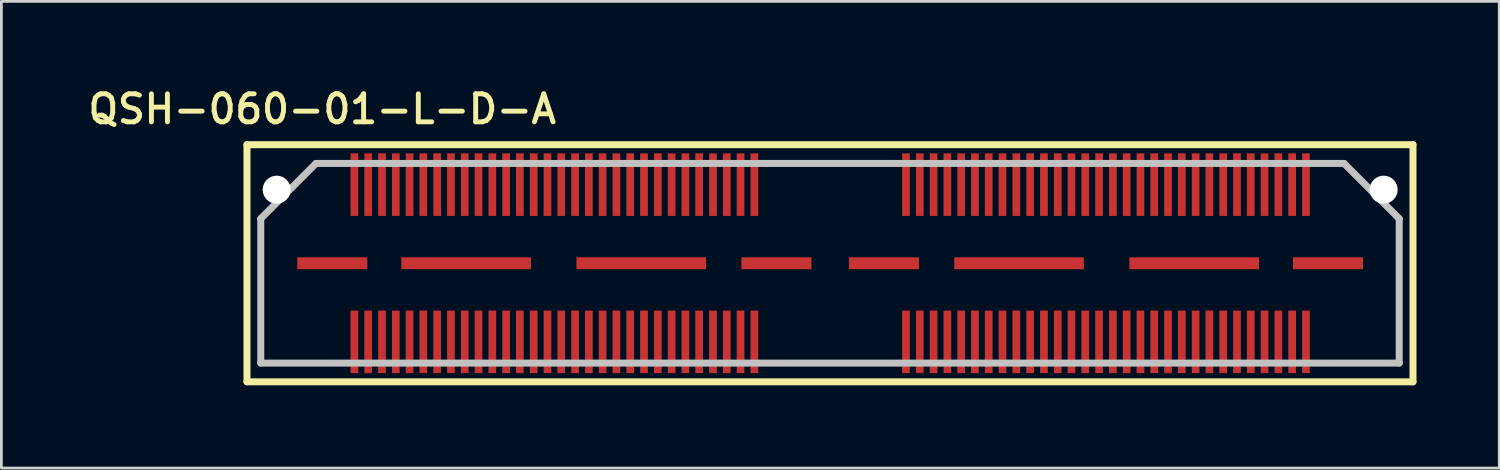
<source format=kicad_pcb>
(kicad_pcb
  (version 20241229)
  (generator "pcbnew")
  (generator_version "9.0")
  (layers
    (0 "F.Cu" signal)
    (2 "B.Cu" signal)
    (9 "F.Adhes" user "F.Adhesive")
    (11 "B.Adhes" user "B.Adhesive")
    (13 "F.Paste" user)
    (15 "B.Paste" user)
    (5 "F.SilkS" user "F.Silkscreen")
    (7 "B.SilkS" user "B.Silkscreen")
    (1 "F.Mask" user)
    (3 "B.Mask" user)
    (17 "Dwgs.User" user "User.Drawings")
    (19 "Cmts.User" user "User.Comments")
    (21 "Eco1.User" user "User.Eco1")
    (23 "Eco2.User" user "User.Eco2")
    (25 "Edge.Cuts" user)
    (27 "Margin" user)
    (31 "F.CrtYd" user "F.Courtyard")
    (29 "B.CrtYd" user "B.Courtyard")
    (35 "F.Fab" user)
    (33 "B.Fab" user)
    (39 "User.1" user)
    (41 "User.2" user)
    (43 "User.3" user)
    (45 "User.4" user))
  (footprint "QSH-060-01-L-D-A"
    (layer "F.Cu")
    (at 27.047 6.494)
    (property "Reference" "QSH-060-01-L-D-A" (at -18.415 -5.588 0) (layer "F.SilkS") (effects (font (size 1.016 1.016) (thickness 0.178))))
    (attr smd)
    (fp_line (start -21.143 -4.298) (end 21.13 -4.298) (stroke (width 0.254) (type solid)) (layer "F.SilkS"))
    (fp_line (start -21.143 4.298) (end -21.143 -4.298) (stroke (width 0.254) (type solid)) (layer "F.SilkS"))
    (fp_line (start 21.13 -4.298) (end 21.13 4.298) (stroke (width 0.254) (type solid)) (layer "F.SilkS"))
    (fp_line (start 21.13 4.298) (end -21.143 4.298) (stroke (width 0.254) (type solid)) (layer "F.SilkS"))
    (fp_line (start -20.643 -1.618) (end -18.641 -3.619) (stroke (width 0.254) (type solid)) (layer "Dwgs.User"))
    (fp_line (start -20.643 3.619) (end -20.643 -1.618) (stroke (width 0.254) (type solid)) (layer "Dwgs.User"))
    (fp_line (start -18.641 -3.619) (end 18.631 -3.619) (stroke (width 0.254) (type solid)) (layer "Dwgs.User"))
    (fp_line (start 18.631 -3.619) (end 20.63 -1.618) (stroke (width 0.254) (type solid)) (layer "Dwgs.User"))
    (fp_line (start 20.63 -1.618) (end 20.63 3.619) (stroke (width 0.254) (type solid)) (layer "Dwgs.User"))
    (fp_line (start 20.63 3.619) (end -20.643 3.619) (stroke (width 0.254) (type solid)) (layer "Dwgs.User"))
    (pad "" np_thru_hole circle (at -20.066 -2.667) (size 1.016 1.016) (drill 1.016) (layers "*.Cu" "*.Mask"))
    (pad "" np_thru_hole circle (at 20.066 -2.667) (size 1.016 1.016) (drill 1.016) (layers "*.Cu" "*.Mask"))
    (pad "1" smd rect (at -17.249 2.85 90) (size 2.268 0.279) (layers "F.Cu" "F.Mask" "F.Paste"))
    (pad "2" smd rect (at -17.249 -2.85 90) (size 2.268 0.279) (layers "F.Cu" "F.Mask" "F.Paste"))
    (pad "3" smd rect (at -16.749 2.85 90) (size 2.268 0.279) (layers "F.Cu" "F.Mask" "F.Paste"))
    (pad "4" smd rect (at -16.749 -2.85 90) (size 2.268 0.279) (layers "F.Cu" "F.Mask" "F.Paste"))
    (pad "5" smd rect (at -16.248 2.85 90) (size 2.268 0.279) (layers "F.Cu" "F.Mask" "F.Paste"))
    (pad "6" smd rect (at -16.248 -2.85 90) (size 2.268 0.279) (layers "F.Cu" "F.Mask" "F.Paste"))
    (pad "7" smd rect (at -15.748 2.85 90) (size 2.268 0.279) (layers "F.Cu" "F.Mask" "F.Paste"))
    (pad "8" smd rect (at -15.748 -2.85 90) (size 2.268 0.279) (layers "F.Cu" "F.Mask" "F.Paste"))
    (pad "9" smd rect (at -15.248 2.85 90) (size 2.268 0.279) (layers "F.Cu" "F.Mask" "F.Paste"))
    (pad "10" smd rect (at -15.248 -2.85 90) (size 2.268 0.279) (layers "F.Cu" "F.Mask" "F.Paste"))
    (pad "11" smd rect (at -14.75 2.85 90) (size 2.268 0.279) (layers "F.Cu" "F.Mask" "F.Paste"))
    (pad "12" smd rect (at -14.75 -2.85 90) (size 2.268 0.279) (layers "F.Cu" "F.Mask" "F.Paste"))
    (pad "13" smd rect (at -14.249 2.85 90) (size 2.268 0.279) (layers "F.Cu" "F.Mask" "F.Paste"))
    (pad "14" smd rect (at -14.249 -2.85 90) (size 2.268 0.279) (layers "F.Cu" "F.Mask" "F.Paste"))
    (pad "15" smd rect (at -13.749 2.85 90) (size 2.268 0.279) (layers "F.Cu" "F.Mask" "F.Paste"))
    (pad "16" smd rect (at -13.749 -2.85 90) (size 2.268 0.279) (layers "F.Cu" "F.Mask" "F.Paste"))
    (pad "17" smd rect (at -13.249 2.85 90) (size 2.268 0.279) (layers "F.Cu" "F.Mask" "F.Paste"))
    (pad "18" smd rect (at -13.249 -2.85 90) (size 2.268 0.279) (layers "F.Cu" "F.Mask" "F.Paste"))
    (pad "19" smd rect (at -12.748 2.85 90) (size 2.268 0.279) (layers "F.Cu" "F.Mask" "F.Paste"))
    (pad "20" smd rect (at -12.748 -2.85 90) (size 2.268 0.279) (layers "F.Cu" "F.Mask" "F.Paste"))
    (pad "21" smd rect (at -12.248 2.85 90) (size 2.268 0.279) (layers "F.Cu" "F.Mask" "F.Paste"))
    (pad "22" smd rect (at -12.248 -2.85 90) (size 2.268 0.279) (layers "F.Cu" "F.Mask" "F.Paste"))
    (pad "23" smd rect (at -11.748 2.85 90) (size 2.268 0.279) (layers "F.Cu" "F.Mask" "F.Paste"))
    (pad "24" smd rect (at -11.748 -2.85 90) (size 2.268 0.279) (layers "F.Cu" "F.Mask" "F.Paste"))
    (pad "25" smd rect (at -11.25 2.85 90) (size 2.268 0.279) (layers "F.Cu" "F.Mask" "F.Paste"))
    (pad "26" smd rect (at -11.25 -2.85 90) (size 2.268 0.279) (layers "F.Cu" "F.Mask" "F.Paste"))
    (pad "27" smd rect (at -10.749 2.85 90) (size 2.268 0.279) (layers "F.Cu" "F.Mask" "F.Paste"))
    (pad "28" smd rect (at -10.749 -2.85 90) (size 2.268 0.279) (layers "F.Cu" "F.Mask" "F.Paste"))
    (pad "29" smd rect (at -10.249 2.85 90) (size 2.268 0.279) (layers "F.Cu" "F.Mask" "F.Paste"))
    (pad "30" smd rect (at -10.249 -2.85 90) (size 2.268 0.279) (layers "F.Cu" "F.Mask" "F.Paste"))
    (pad "31" smd rect (at -9.749 2.85 90) (size 2.268 0.279) (layers "F.Cu" "F.Mask" "F.Paste"))
    (pad "32" smd rect (at -9.749 -2.85 90) (size 2.268 0.279) (layers "F.Cu" "F.Mask" "F.Paste"))
    (pad "33" smd rect (at -9.248 2.85 90) (size 2.268 0.279) (layers "F.Cu" "F.Mask" "F.Paste"))
    (pad "34" smd rect (at -9.248 -2.85 90) (size 2.268 0.279) (layers "F.Cu" "F.Mask" "F.Paste"))
    (pad "35" smd rect (at -8.748 2.85 90) (size 2.268 0.279) (layers "F.Cu" "F.Mask" "F.Paste"))
    (pad "36" smd rect (at -8.748 -2.85 90) (size 2.268 0.279) (layers "F.Cu" "F.Mask" "F.Paste"))
    (pad "37" smd rect (at -8.25 2.85 90) (size 2.268 0.279) (layers "F.Cu" "F.Mask" "F.Paste"))
    (pad "38" smd rect (at -8.25 -2.85 90) (size 2.268 0.279) (layers "F.Cu" "F.Mask" "F.Paste"))
    (pad "39" smd rect (at -7.75 2.85 90) (size 2.268 0.279) (layers "F.Cu" "F.Mask" "F.Paste"))
    (pad "40" smd rect (at -7.75 -2.85 90) (size 2.268 0.279) (layers "F.Cu" "F.Mask" "F.Paste"))
    (pad "41" smd rect (at -7.249 2.85 90) (size 2.268 0.279) (layers "F.Cu" "F.Mask" "F.Paste"))
    (pad "42" smd rect (at -7.249 -2.85 90) (size 2.268 0.279) (layers "F.Cu" "F.Mask" "F.Paste"))
    (pad "43" smd rect (at -6.749 2.85 90) (size 2.268 0.279) (layers "F.Cu" "F.Mask" "F.Paste"))
    (pad "44" smd rect (at -6.749 -2.85 90) (size 2.268 0.279) (layers "F.Cu" "F.Mask" "F.Paste"))
    (pad "45" smd rect (at -6.248 2.85 90) (size 2.268 0.279) (layers "F.Cu" "F.Mask" "F.Paste"))
    (pad "46" smd rect (at -6.248 -2.85 90) (size 2.268 0.279) (layers "F.Cu" "F.Mask" "F.Paste"))
    (pad "47" smd rect (at -5.748 2.85 90) (size 2.268 0.279) (layers "F.Cu" "F.Mask" "F.Paste"))
    (pad "48" smd rect (at -5.748 -2.85 90) (size 2.268 0.279) (layers "F.Cu" "F.Mask" "F.Paste"))
    (pad "49" smd rect (at -5.248 2.85 90) (size 2.268 0.279) (layers "F.Cu" "F.Mask" "F.Paste"))
    (pad "50" smd rect (at -5.248 -2.85 90) (size 2.268 0.279) (layers "F.Cu" "F.Mask" "F.Paste"))
    (pad "51" smd rect (at -4.75 2.85 90) (size 2.268 0.279) (layers "F.Cu" "F.Mask" "F.Paste"))
    (pad "52" smd rect (at -4.75 -2.85 90) (size 2.268 0.279) (layers "F.Cu" "F.Mask" "F.Paste"))
    (pad "53" smd rect (at -4.249 2.85 90) (size 2.268 0.279) (layers "F.Cu" "F.Mask" "F.Paste"))
    (pad "54" smd rect (at -4.249 -2.85 90) (size 2.268 0.279) (layers "F.Cu" "F.Mask" "F.Paste"))
    (pad "55" smd rect (at -3.749 2.85 90) (size 2.268 0.279) (layers "F.Cu" "F.Mask" "F.Paste"))
    (pad "56" smd rect (at -3.749 -2.85 90) (size 2.268 0.279) (layers "F.Cu" "F.Mask" "F.Paste"))
    (pad "57" smd rect (at -3.249 2.85 90) (size 2.268 0.279) (layers "F.Cu" "F.Mask" "F.Paste"))
    (pad "58" smd rect (at -3.249 -2.85 90) (size 2.268 0.279) (layers "F.Cu" "F.Mask" "F.Paste"))
    (pad "59" smd rect (at -2.748 2.85 90) (size 2.268 0.279) (layers "F.Cu" "F.Mask" "F.Paste"))
    (pad "60" smd rect (at -2.748 -2.85 90) (size 2.268 0.279) (layers "F.Cu" "F.Mask" "F.Paste"))
    (pad "61" smd rect (at 2.748 2.85 90) (size 2.268 0.279) (layers "F.Cu" "F.Mask" "F.Paste"))
    (pad "62" smd rect (at 2.748 -2.85 90) (size 2.268 0.279) (layers "F.Cu" "F.Mask" "F.Paste"))
    (pad "63" smd rect (at 3.249 2.85 90) (size 2.268 0.279) (layers "F.Cu" "F.Mask" "F.Paste"))
    (pad "64" smd rect (at 3.249 -2.85 90) (size 2.268 0.279) (layers "F.Cu" "F.Mask" "F.Paste"))
    (pad "65" smd rect (at 3.749 2.85 90) (size 2.268 0.279) (layers "F.Cu" "F.Mask" "F.Paste"))
    (pad "66" smd rect (at 3.749 -2.85 90) (size 2.268 0.279) (layers "F.Cu" "F.Mask" "F.Paste"))
    (pad "67" smd rect (at 4.249 2.85 90) (size 2.268 0.279) (layers "F.Cu" "F.Mask" "F.Paste"))
    (pad "68" smd rect (at 4.249 -2.85 90) (size 2.268 0.279) (layers "F.Cu" "F.Mask" "F.Paste"))
    (pad "69" smd rect (at 4.75 2.85 90) (size 2.268 0.279) (layers "F.Cu" "F.Mask" "F.Paste"))
    (pad "70" smd rect (at 4.75 -2.85 90) (size 2.268 0.279) (layers "F.Cu" "F.Mask" "F.Paste"))
    (pad "71" smd rect (at 5.248 2.85 90) (size 2.268 0.279) (layers "F.Cu" "F.Mask" "F.Paste"))
    (pad "72" smd rect (at 5.248 -2.85 90) (size 2.268 0.279) (layers "F.Cu" "F.Mask" "F.Paste"))
    (pad "73" smd rect (at 5.748 2.85 90) (size 2.268 0.279) (layers "F.Cu" "F.Mask" "F.Paste"))
    (pad "74" smd rect (at 5.748 -2.85 90) (size 2.268 0.279) (layers "F.Cu" "F.Mask" "F.Paste"))
    (pad "75" smd rect (at 6.248 2.85 90) (size 2.268 0.279) (layers "F.Cu" "F.Mask" "F.Paste"))
    (pad "76" smd rect (at 6.248 -2.85 90) (size 2.268 0.279) (layers "F.Cu" "F.Mask" "F.Paste"))
    (pad "77" smd rect (at 6.749 2.85 90) (size 2.268 0.279) (layers "F.Cu" "F.Mask" "F.Paste"))
    (pad "78" smd rect (at 6.749 -2.85 90) (size 2.268 0.279) (layers "F.Cu" "F.Mask" "F.Paste"))
    (pad "79" smd rect (at 7.249 2.85 90) (size 2.268 0.279) (layers "F.Cu" "F.Mask" "F.Paste"))
    (pad "80" smd rect (at 7.249 -2.85 90) (size 2.268 0.279) (layers "F.Cu" "F.Mask" "F.Paste"))
    (pad "81" smd rect (at 7.75 2.85 90) (size 2.268 0.279) (layers "F.Cu" "F.Mask" "F.Paste"))
    (pad "82" smd rect (at 7.75 -2.85 90) (size 2.268 0.279) (layers "F.Cu" "F.Mask" "F.Paste"))
    (pad "83" smd rect (at 8.25 2.85 90) (size 2.268 0.279) (layers "F.Cu" "F.Mask" "F.Paste"))
    (pad "84" smd rect (at 8.25 -2.85 90) (size 2.268 0.279) (layers "F.Cu" "F.Mask" "F.Paste"))
    (pad "85" smd rect (at 8.748 2.85 90) (size 2.268 0.279) (layers "F.Cu" "F.Mask" "F.Paste"))
    (pad "86" smd rect (at 8.748 -2.85 90) (size 2.268 0.279) (layers "F.Cu" "F.Mask" "F.Paste"))
    (pad "87" smd rect (at 9.248 2.85 90) (size 2.268 0.279) (layers "F.Cu" "F.Mask" "F.Paste"))
    (pad "88" smd rect (at 9.248 -2.85 90) (size 2.268 0.279) (layers "F.Cu" "F.Mask" "F.Paste"))
    (pad "89" smd rect (at 9.749 2.85 90) (size 2.268 0.279) (layers "F.Cu" "F.Mask" "F.Paste"))
    (pad "90" smd rect (at 9.749 -2.85 90) (size 2.268 0.279) (layers "F.Cu" "F.Mask" "F.Paste"))
    (pad "91" smd rect (at 10.249 2.85 90) (size 2.268 0.279) (layers "F.Cu" "F.Mask" "F.Paste"))
    (pad "92" smd rect (at 10.249 -2.85 90) (size 2.268 0.279) (layers "F.Cu" "F.Mask" "F.Paste"))
    (pad "93" smd rect (at 10.749 2.85 90) (size 2.268 0.279) (layers "F.Cu" "F.Mask" "F.Paste"))
    (pad "94" smd rect (at 10.749 -2.85 90) (size 2.268 0.279) (layers "F.Cu" "F.Mask" "F.Paste"))
    (pad "95" smd rect (at 11.25 2.85 90) (size 2.268 0.279) (layers "F.Cu" "F.Mask" "F.Paste"))
    (pad "96" smd rect (at 11.25 -2.85 90) (size 2.268 0.279) (layers "F.Cu" "F.Mask" "F.Paste"))
    (pad "97" smd rect (at 11.748 2.85 90) (size 2.268 0.279) (layers "F.Cu" "F.Mask" "F.Paste"))
    (pad "98" smd rect (at 11.748 -2.85 90) (size 2.268 0.279) (layers "F.Cu" "F.Mask" "F.Paste"))
    (pad "99" smd rect (at 12.248 2.85 90) (size 2.268 0.279) (layers "F.Cu" "F.Mask" "F.Paste"))
    (pad "100" smd rect (at 12.248 -2.85 90) (size 2.268 0.279) (layers "F.Cu" "F.Mask" "F.Paste"))
    (pad "101" smd rect (at 12.748 2.85 90) (size 2.268 0.279) (layers "F.Cu" "F.Mask" "F.Paste"))
    (pad "102" smd rect (at 12.748 -2.85 90) (size 2.268 0.279) (layers "F.Cu" "F.Mask" "F.Paste"))
    (pad "103" smd rect (at 13.249 2.85 90) (size 2.268 0.279) (layers "F.Cu" "F.Mask" "F.Paste"))
    (pad "104" smd rect (at 13.249 -2.85 90) (size 2.268 0.279) (layers "F.Cu" "F.Mask" "F.Paste"))
    (pad "105" smd rect (at 13.749 2.85 90) (size 2.268 0.279) (layers "F.Cu" "F.Mask" "F.Paste"))
    (pad "106" smd rect (at 13.749 -2.85 90) (size 2.268 0.279) (layers "F.Cu" "F.Mask" "F.Paste"))
    (pad "107" smd rect (at 14.249 2.85 90) (size 2.268 0.279) (layers "F.Cu" "F.Mask" "F.Paste"))
    (pad "108" smd rect (at 14.249 -2.85 90) (size 2.268 0.279) (layers "F.Cu" "F.Mask" "F.Paste"))
    (pad "109" smd rect (at 14.75 2.85 90) (size 2.268 0.279) (layers "F.Cu" "F.Mask" "F.Paste"))
    (pad "110" smd rect (at 14.75 -2.85 90) (size 2.268 0.279) (layers "F.Cu" "F.Mask" "F.Paste"))
    (pad "111" smd rect (at 15.248 2.85 90) (size 2.268 0.279) (layers "F.Cu" "F.Mask" "F.Paste"))
    (pad "112" smd rect (at 15.248 -2.85 90) (size 2.268 0.279) (layers "F.Cu" "F.Mask" "F.Paste"))
    (pad "113" smd rect (at 15.748 2.85 90) (size 2.268 0.279) (layers "F.Cu" "F.Mask" "F.Paste"))
    (pad "114" smd rect (at 15.748 -2.85 90) (size 2.268 0.279) (layers "F.Cu" "F.Mask" "F.Paste"))
    (pad "115" smd rect (at 16.248 2.85 90) (size 2.268 0.279) (layers "F.Cu" "F.Mask" "F.Paste"))
    (pad "116" smd rect (at 16.248 -2.85 90) (size 2.268 0.279) (layers "F.Cu" "F.Mask" "F.Paste"))
    (pad "117" smd rect (at 16.749 2.85 90) (size 2.268 0.279) (layers "F.Cu" "F.Mask" "F.Paste"))
    (pad "118" smd rect (at 16.749 -2.85 90) (size 2.268 0.279) (layers "F.Cu" "F.Mask" "F.Paste"))
    (pad "119" smd rect (at 17.249 2.85 90) (size 2.268 0.279) (layers "F.Cu" "F.Mask" "F.Paste"))
    (pad "120" smd rect (at 17.249 -2.85 90) (size 2.268 0.279) (layers "F.Cu" "F.Mask" "F.Paste"))
    (pad "121" smd rect (at -18.049 0) (size 2.54 0.432) (layers "F.Cu" "F.Mask" "F.Paste"))
    (pad "122" smd rect (at -13.198 0) (size 4.699 0.432) (layers "F.Cu" "F.Mask" "F.Paste"))
    (pad "123" smd rect (at -6.848 0) (size 4.699 0.432) (layers "F.Cu" "F.Mask" "F.Paste"))
    (pad "124" smd rect (at -1.948 0) (size 2.54 0.432) (layers "F.Cu" "F.Mask" "F.Paste"))
    (pad "125" smd rect (at 1.948 0) (size 2.54 0.432) (layers "F.Cu" "F.Mask" "F.Paste"))
    (pad "126" smd rect (at 6.848 0) (size 4.699 0.432) (layers "F.Cu" "F.Mask" "F.Paste"))
    (pad "127" smd rect (at 13.198 0) (size 4.699 0.432) (layers "F.Cu" "F.Mask" "F.Paste"))
    (pad "128" smd rect (at 18.049 0) (size 2.54 0.432) (layers "F.Cu" "F.Mask" "F.Paste")))
  (gr_rect
    (start -3 -3)
    (end 51.304 13.919)
    (stroke (width 0.1) (type default))
    (fill no)
    (layer "Edge.Cuts")))
</source>
